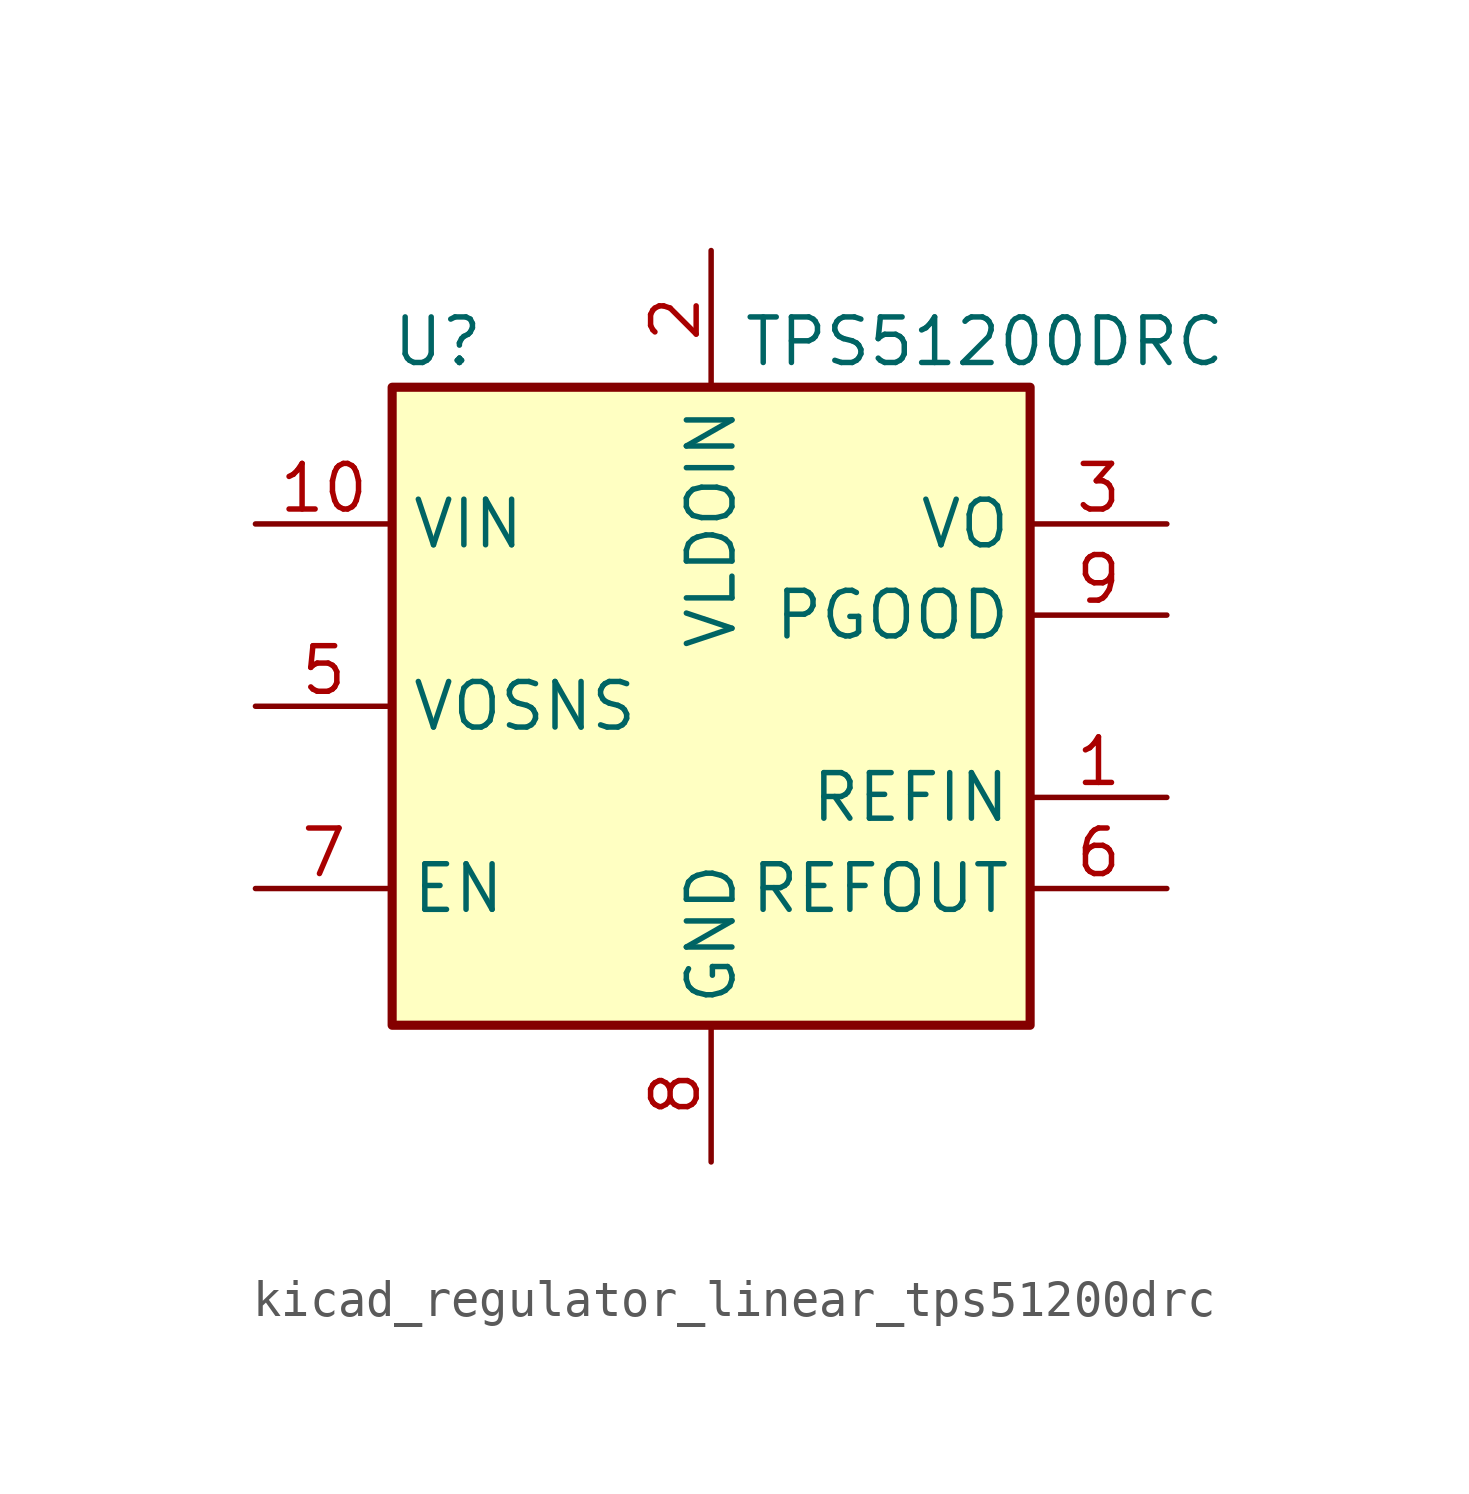
<source format=kicad_sym>
(kicad_symbol_lib
  (version 20220914)
  (generator kicad_symbol_editor)
  (symbol "kicad_regulator_linear_tps51200drc"
    (property "Reference" "U"
      (at -7.62 10.16 0)
      (effects (font (size 1.27 1.27))))
    (property "Value" "TPS51200DRC"
      (at 7.62 10.16 0)
      (effects (font (size 1.27 1.27))))
    (symbol "kicad_regulator_linear_tps51200drc_0_1"
      (rectangle (start -8.89 -8.89) (end 8.89 8.89) (stroke (width 0.254) (type default)) (fill (type background)))
      (pin input line (at 12.7 -2.54 180) (length 3.81) (name "REFIN" (effects (font (size 1.27 1.27)))) (number "1" (effects (font (size 1.27 1.27)))))
      (pin power_in line (at -12.7 5.08 0) (length 3.81) (name "VIN" (effects (font (size 1.27 1.27)))) (number "10" (effects (font (size 1.27 1.27)))))
      (pin passive line (at 0 -12.7 90) (length 3.81) hide (name "GND" (effects (font (size 1.27 1.27)))) (number "11" (effects (font (size 1.27 1.27)))))
      (pin power_in line (at 0 12.7 270) (length 3.81) (name "VLDOIN" (effects (font (size 1.27 1.27)))) (number "2" (effects (font (size 1.27 1.27)))))
      (pin power_out line (at 12.7 5.08 180) (length 3.81) (name "VO" (effects (font (size 1.27 1.27)))) (number "3" (effects (font (size 1.27 1.27)))))
      (pin passive line (at 0 -12.7 90) (length 3.81) hide (name "GND" (effects (font (size 1.27 1.27)))) (number "4" (effects (font (size 1.27 1.27)))))
      (pin input line (at -12.7 0 0) (length 3.81) (name "VOSNS" (effects (font (size 1.27 1.27)))) (number "5" (effects (font (size 1.27 1.27)))))
      (pin output line (at 12.7 -5.08 180) (length 3.81) (name "REFOUT" (effects (font (size 1.27 1.27)))) (number "6" (effects (font (size 1.27 1.27)))))
      (pin input line (at -12.7 -5.08 0) (length 3.81) (name "EN" (effects (font (size 1.27 1.27)))) (number "7" (effects (font (size 1.27 1.27)))))
      (pin power_in line (at 0 -12.7 90) (length 3.81) (name "GND" (effects (font (size 1.27 1.27)))) (number "8" (effects (font (size 1.27 1.27)))))
      (pin open_collector line (at 12.7 2.54 180) (length 3.81) (name "PGOOD" (effects (font (size 1.27 1.27)))) (number "9" (effects (font (size 1.27 1.27))))))))
</source>
